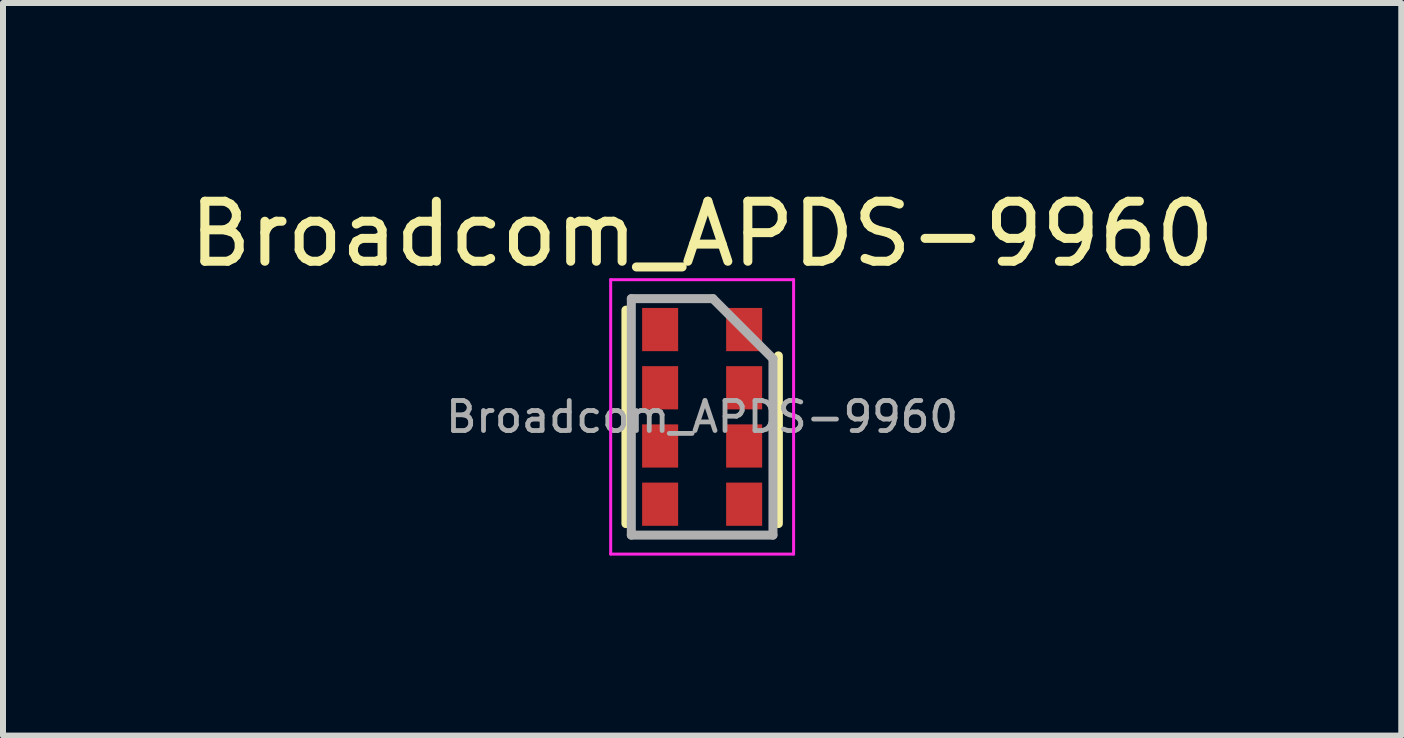
<source format=kicad_pcb>
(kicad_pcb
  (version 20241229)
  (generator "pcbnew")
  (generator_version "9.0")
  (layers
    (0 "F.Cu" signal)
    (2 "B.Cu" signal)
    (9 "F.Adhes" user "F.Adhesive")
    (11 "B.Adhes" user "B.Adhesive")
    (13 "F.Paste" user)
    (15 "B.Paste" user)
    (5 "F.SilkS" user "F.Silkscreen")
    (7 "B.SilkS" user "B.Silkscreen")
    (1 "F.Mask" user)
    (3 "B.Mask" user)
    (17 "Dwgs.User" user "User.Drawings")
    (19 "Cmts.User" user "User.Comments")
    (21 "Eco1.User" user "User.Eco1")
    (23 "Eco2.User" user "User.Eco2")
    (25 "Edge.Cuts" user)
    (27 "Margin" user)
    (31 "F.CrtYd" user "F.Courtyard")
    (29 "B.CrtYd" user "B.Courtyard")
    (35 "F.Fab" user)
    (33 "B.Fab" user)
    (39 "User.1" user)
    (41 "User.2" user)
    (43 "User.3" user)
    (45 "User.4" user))
  (footprint "Broadcom_APDS-9960"
    (layer "F.Cu")
    (at 8.649 3.896)
    (property "Reference" "Broadcom_APDS-9960" (at 0 -3.048 0) (layer "F.SilkS") (effects (font (size 1 1) (thickness 0.15))))
    (attr smd)
    (fp_line (start -1.27 -1.778) (end -1.27 1.778) (stroke (width 0.15) (type solid)) (layer "F.SilkS"))
    (fp_line (start 1.27 -1.016) (end 1.27 1.778) (stroke (width 0.15) (type solid)) (layer "F.SilkS"))
    (fp_line (start -1.524 -2.286) (end 1.524 -2.286) (stroke (width 0.05) (type solid)) (layer "F.CrtYd"))
    (fp_line (start -1.524 2.286) (end -1.524 -2.286) (stroke (width 0.05) (type solid)) (layer "F.CrtYd"))
    (fp_line (start 1.524 -2.286) (end 1.524 2.286) (stroke (width 0.05) (type solid)) (layer "F.CrtYd"))
    (fp_line (start 1.524 2.286) (end -1.524 2.286) (stroke (width 0.05) (type solid)) (layer "F.CrtYd"))
    (fp_line (start -1.18 -1.97) (end -1.18 1.97) (stroke (width 0.15) (type solid)) (layer "F.Fab"))
    (fp_line (start 0.18 -1.97) (end -1.18 -1.97) (stroke (width 0.15) (type solid)) (layer "F.Fab"))
    (fp_line (start 0.18 -1.97) (end 1.18 -0.97) (stroke (width 0.15) (type solid)) (layer "F.Fab"))
    (fp_line (start 1.18 1.97) (end -1.18 1.97) (stroke (width 0.15) (type solid)) (layer "F.Fab"))
    (fp_line (start 1.18 1.97) (end 1.18 -0.97) (stroke (width 0.15) (type solid)) (layer "F.Fab"))
    (fp_text user "${REFERENCE}" (at 0 0 0) (layer "F.Fab") (effects (font (size 0.5 0.5) (thickness 0.08))))
    (pad "1" smd rect (at 0.7 -1.455) (size 0.6 0.72) (layers "F.Cu" "F.Mask" "F.Paste"))
    (pad "2" smd rect (at 0.7 -0.485) (size 0.6 0.72) (layers "F.Cu" "F.Mask" "F.Paste"))
    (pad "3" smd rect (at 0.7 0.485) (size 0.6 0.72) (layers "F.Cu" "F.Mask" "F.Paste"))
    (pad "4" smd rect (at 0.7 1.455) (size 0.6 0.72) (layers "F.Cu" "F.Mask" "F.Paste"))
    (pad "5" smd rect (at -0.7 1.455) (size 0.6 0.72) (layers "F.Cu" "F.Mask" "F.Paste"))
    (pad "6" smd rect (at -0.7 0.485) (size 0.6 0.72) (layers "F.Cu" "F.Mask" "F.Paste"))
    (pad "7" smd rect (at -0.7 -0.485) (size 0.6 0.72) (layers "F.Cu" "F.Mask" "F.Paste"))
    (pad "8" smd rect (at -0.7 -1.455) (size 0.6 0.72) (layers "F.Cu" "F.Mask" "F.Paste")))
  (gr_rect
    (start -3 -3)
    (end 20.298 9.207)
    (stroke (width 0.1) (type default))
    (fill no)
    (layer "Edge.Cuts")))
</source>
